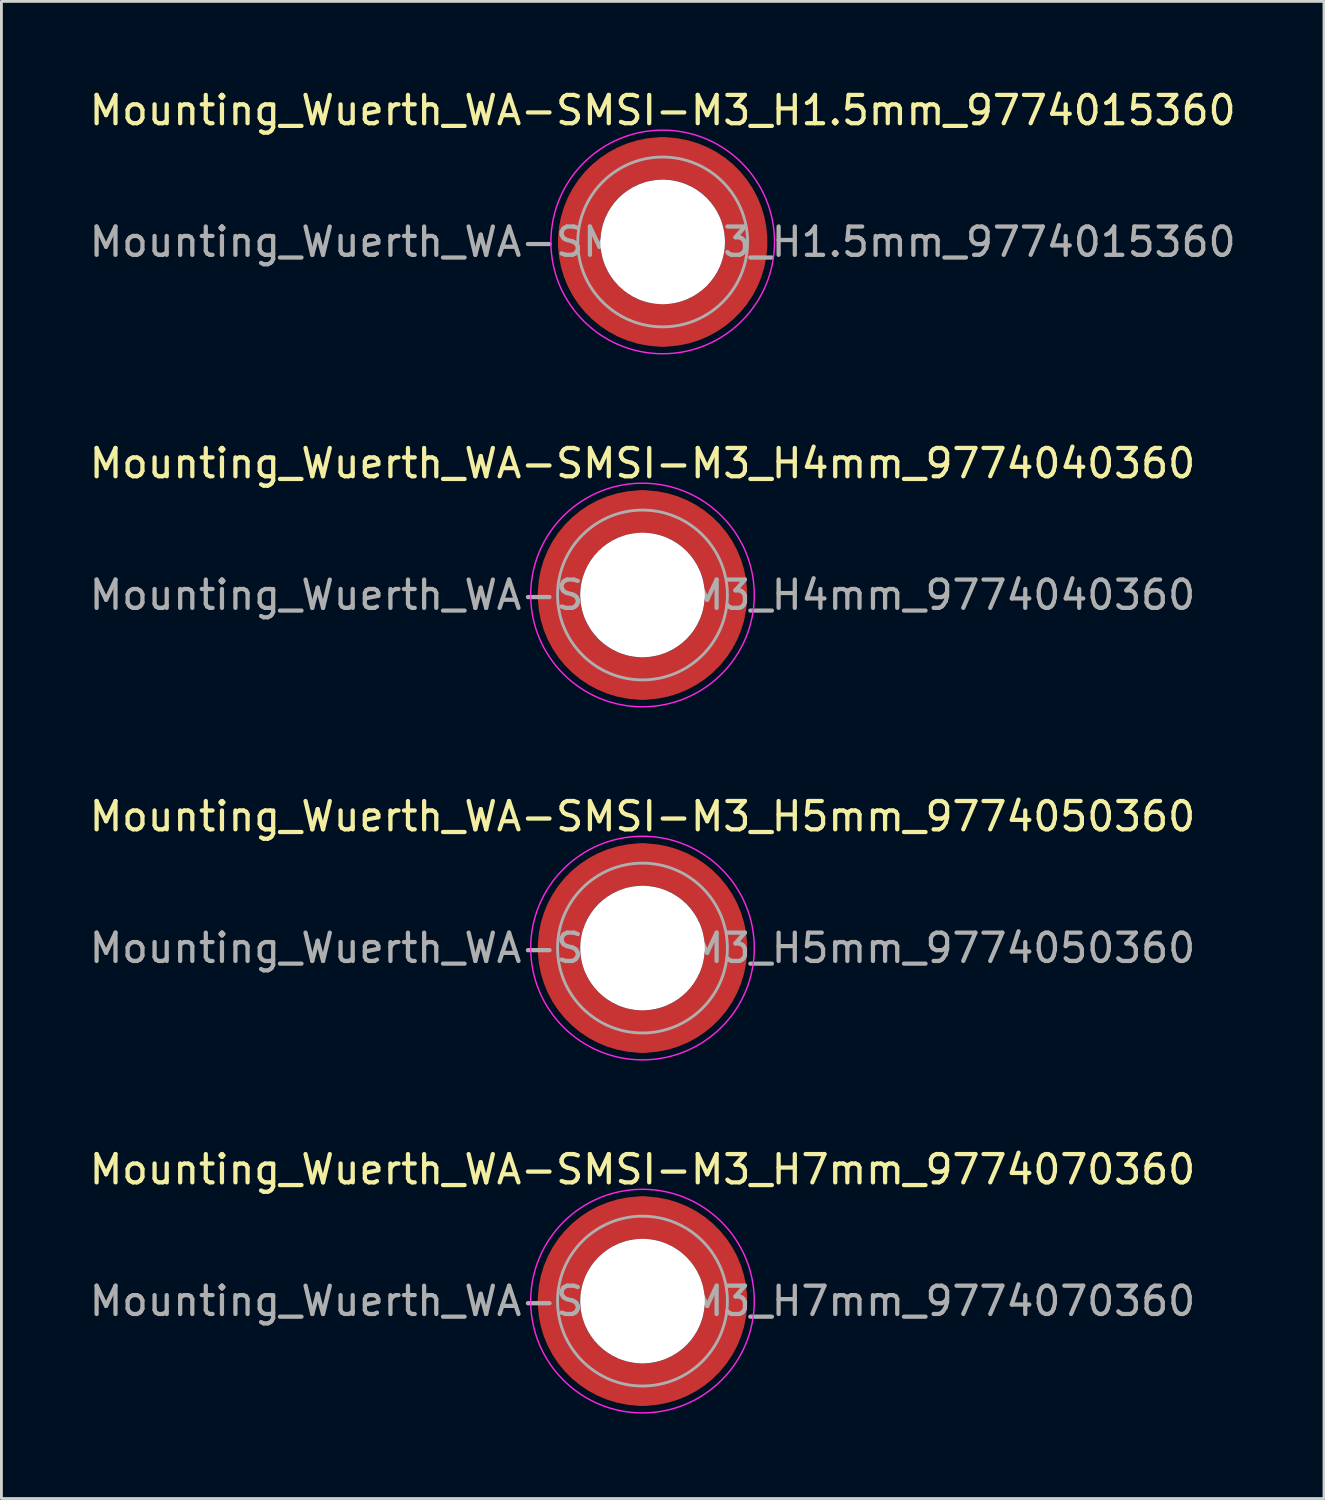
<source format=kicad_pcb>
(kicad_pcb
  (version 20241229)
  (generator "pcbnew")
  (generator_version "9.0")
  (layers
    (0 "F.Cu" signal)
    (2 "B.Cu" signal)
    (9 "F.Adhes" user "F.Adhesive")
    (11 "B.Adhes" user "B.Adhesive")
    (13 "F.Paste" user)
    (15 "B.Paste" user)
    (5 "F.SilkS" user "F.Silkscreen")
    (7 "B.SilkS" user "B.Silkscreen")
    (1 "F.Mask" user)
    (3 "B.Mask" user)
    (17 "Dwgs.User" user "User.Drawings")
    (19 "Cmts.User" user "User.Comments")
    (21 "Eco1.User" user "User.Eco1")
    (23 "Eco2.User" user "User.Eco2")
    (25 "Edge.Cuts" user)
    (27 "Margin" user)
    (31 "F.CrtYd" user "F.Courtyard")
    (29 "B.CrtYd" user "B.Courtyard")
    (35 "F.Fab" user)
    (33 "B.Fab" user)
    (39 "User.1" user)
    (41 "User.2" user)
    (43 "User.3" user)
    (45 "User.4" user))
  (footprint "Mounting_Wuerth_WA-SMSI-M3_H4mm_9774040360"
    (layer "F.Cu")
    (at 19.649 17.971)
    (property "Reference" "Mounting_Wuerth_WA-SMSI-M3_H4mm_9774040360" (at 0 -4.65 0) (layer "F.SilkS") (effects (font (size 1 1) (thickness 0.15))))
    (attr smd)
    (fp_circle (center 0 0) (end 3.95 0) (stroke (width 0.05) (type solid)) (fill no) (layer "F.CrtYd"))
    (fp_circle (center 0 0) (end 3 0) (stroke (width 0.1) (type solid)) (fill no) (layer "F.Fab"))
    (fp_text user "${REFERENCE}" (at 0 0 0) (layer "F.Fab") (effects (font (size 1 1) (thickness 0.15))))
    (pad "" smd custom (at -2.058 -2.058) (size 1.1 1.1) (layers "F.Paste") (options (anchor circle)) (primitives (gr_arc (start -0.524489 1.532681) (mid 0.194454 0.194454) (end 1.532681 -0.524489) (width 0.55)) (gr_arc (start -0.804569 1.532681) (mid 0 0) (end 1.532681 -0.804569) (width 0.55)) (gr_arc (start -1.083752 1.532681) (mid -0.194454 -0.194454) (end 1.532681 -1.083752) (width 0.55)) (gr_line (start 1.533 -0.524) (end 1.533 -1.084) (width 0.55)) (gr_line (start -0.524 1.533) (end -1.084 1.533) (width 0.55))))
    (pad "" smd custom (at -2.058 2.058) (size 1.1 1.1) (layers "F.Paste") (options (anchor circle)) (primitives (gr_arc (start 1.532681 0.524489) (mid 0.194454 -0.194454) (end -0.524489 -1.532681) (width 0.55)) (gr_arc (start 1.532681 0.804569) (mid 0 0) (end -0.804569 -1.532681) (width 0.55)) (gr_arc (start 1.532681 1.083752) (mid -0.194454 0.194454) (end -1.083752 -1.532681) (width 0.55)) (gr_line (start -0.524 -1.533) (end -1.084 -1.533) (width 0.55)) (gr_line (start 1.533 0.524) (end 1.533 1.084) (width 0.55))))
    (pad "" np_thru_hole circle (at 0 0) (size 4.4 4.4) (drill 4.4) (layers "*.Cu" "*.Mask"))
    (pad "" smd custom (at 2.058 -2.058) (size 1.1 1.1) (layers "F.Paste") (options (anchor circle)) (primitives (gr_arc (start -1.532681 -0.524489) (mid -0.194454 0.194454) (end 0.524489 1.532681) (width 0.55)) (gr_arc (start -1.532681 -0.804569) (mid 0 0) (end 0.804569 1.532681) (width 0.55)) (gr_arc (start -1.532681 -1.083752) (mid 0.194454 -0.194454) (end 1.083752 1.532681) (width 0.55)) (gr_line (start 0.524 1.533) (end 1.084 1.533) (width 0.55)) (gr_line (start -1.533 -0.524) (end -1.533 -1.084) (width 0.55))))
    (pad "" smd custom (at 2.058 2.058) (size 1.1 1.1) (layers "F.Paste") (options (anchor circle)) (primitives (gr_arc (start 0.524489 -1.532681) (mid -0.194454 -0.194454) (end -1.532681 0.524489) (width 0.55)) (gr_arc (start 0.804569 -1.532681) (mid 0 0) (end -1.532681 0.804569) (width 0.55)) (gr_arc (start 1.083752 -1.532681) (mid 0.194454 0.194454) (end -1.532681 1.083752) (width 0.55)) (gr_line (start -1.533 0.524) (end -1.533 1.084) (width 0.55)) (gr_line (start 0.524 -1.533) (end 1.084 -1.533) (width 0.55))))
    (pad "1" smd circle (at -2.95 0) (size 1.5 1.5) (layers "F.Cu"))
    (pad "1" smd circle (at 0 -2.95) (size 1.5 1.5) (layers "F.Cu"))
    (pad "1" smd circle (at 0 2.95) (size 1.5 1.5) (layers "F.Cu"))
    (pad "1" smd custom (at 2.95 0) (size 1.5 1.5) (layers "F.Cu" "F.Mask") (options (anchor circle)) (primitives (gr_circle (center -2.95 0) (end 0 0) (width 1.5) (fill no)))))
  (footprint "Mounting_Wuerth_WA-SMSI-M3_H5mm_9774050360"
    (layer "F.Cu")
    (at 19.649 30.445)
    (property "Reference" "Mounting_Wuerth_WA-SMSI-M3_H5mm_9774050360" (at 0 -4.65 0) (layer "F.SilkS") (effects (font (size 1 1) (thickness 0.15))))
    (attr smd)
    (fp_circle (center 0 0) (end 3.95 0) (stroke (width 0.05) (type solid)) (fill no) (layer "F.CrtYd"))
    (fp_circle (center 0 0) (end 3 0) (stroke (width 0.1) (type solid)) (fill no) (layer "F.Fab"))
    (fp_text user "${REFERENCE}" (at 0 0 0) (layer "F.Fab") (effects (font (size 1 1) (thickness 0.15))))
    (pad "" smd custom (at -2.058 -2.058) (size 1.1 1.1) (layers "F.Paste") (options (anchor circle)) (primitives (gr_arc (start -0.524489 1.532681) (mid 0.194454 0.194454) (end 1.532681 -0.524489) (width 0.55)) (gr_arc (start -0.804569 1.532681) (mid 0 0) (end 1.532681 -0.804569) (width 0.55)) (gr_arc (start -1.083752 1.532681) (mid -0.194454 -0.194454) (end 1.532681 -1.083752) (width 0.55)) (gr_line (start 1.533 -0.524) (end 1.533 -1.084) (width 0.55)) (gr_line (start -0.524 1.533) (end -1.084 1.533) (width 0.55))))
    (pad "" smd custom (at -2.058 2.058) (size 1.1 1.1) (layers "F.Paste") (options (anchor circle)) (primitives (gr_arc (start 1.532681 0.524489) (mid 0.194454 -0.194454) (end -0.524489 -1.532681) (width 0.55)) (gr_arc (start 1.532681 0.804569) (mid 0 0) (end -0.804569 -1.532681) (width 0.55)) (gr_arc (start 1.532681 1.083752) (mid -0.194454 0.194454) (end -1.083752 -1.532681) (width 0.55)) (gr_line (start -0.524 -1.533) (end -1.084 -1.533) (width 0.55)) (gr_line (start 1.533 0.524) (end 1.533 1.084) (width 0.55))))
    (pad "" np_thru_hole circle (at 0 0) (size 4.4 4.4) (drill 4.4) (layers "*.Cu" "*.Mask"))
    (pad "" smd custom (at 2.058 -2.058) (size 1.1 1.1) (layers "F.Paste") (options (anchor circle)) (primitives (gr_arc (start -1.532681 -0.524489) (mid -0.194454 0.194454) (end 0.524489 1.532681) (width 0.55)) (gr_arc (start -1.532681 -0.804569) (mid 0 0) (end 0.804569 1.532681) (width 0.55)) (gr_arc (start -1.532681 -1.083752) (mid 0.194454 -0.194454) (end 1.083752 1.532681) (width 0.55)) (gr_line (start 0.524 1.533) (end 1.084 1.533) (width 0.55)) (gr_line (start -1.533 -0.524) (end -1.533 -1.084) (width 0.55))))
    (pad "" smd custom (at 2.058 2.058) (size 1.1 1.1) (layers "F.Paste") (options (anchor circle)) (primitives (gr_arc (start 0.524489 -1.532681) (mid -0.194454 -0.194454) (end -1.532681 0.524489) (width 0.55)) (gr_arc (start 0.804569 -1.532681) (mid 0 0) (end -1.532681 0.804569) (width 0.55)) (gr_arc (start 1.083752 -1.532681) (mid 0.194454 0.194454) (end -1.532681 1.083752) (width 0.55)) (gr_line (start -1.533 0.524) (end -1.533 1.084) (width 0.55)) (gr_line (start 0.524 -1.533) (end 1.084 -1.533) (width 0.55))))
    (pad "1" smd circle (at -2.95 0) (size 1.5 1.5) (layers "F.Cu"))
    (pad "1" smd circle (at 0 -2.95) (size 1.5 1.5) (layers "F.Cu"))
    (pad "1" smd circle (at 0 2.95) (size 1.5 1.5) (layers "F.Cu"))
    (pad "1" smd custom (at 2.95 0) (size 1.5 1.5) (layers "F.Cu" "F.Mask") (options (anchor circle)) (primitives (gr_circle (center -2.95 0) (end 0 0) (width 1.5) (fill no)))))
  (footprint "Mounting_Wuerth_WA-SMSI-M3_H7mm_9774070360"
    (layer "F.Cu")
    (at 19.649 42.918)
    (property "Reference" "Mounting_Wuerth_WA-SMSI-M3_H7mm_9774070360" (at 0 -4.65 0) (layer "F.SilkS") (effects (font (size 1 1) (thickness 0.15))))
    (attr smd)
    (fp_circle (center 0 0) (end 3.95 0) (stroke (width 0.05) (type solid)) (fill no) (layer "F.CrtYd"))
    (fp_circle (center 0 0) (end 3 0) (stroke (width 0.1) (type solid)) (fill no) (layer "F.Fab"))
    (fp_text user "${REFERENCE}" (at 0 0 0) (layer "F.Fab") (effects (font (size 1 1) (thickness 0.15))))
    (pad "" smd custom (at -2.058 -2.058) (size 1.1 1.1) (layers "F.Paste") (options (anchor circle)) (primitives (gr_arc (start -0.524489 1.532681) (mid 0.194454 0.194454) (end 1.532681 -0.524489) (width 0.55)) (gr_arc (start -0.804569 1.532681) (mid 0 0) (end 1.532681 -0.804569) (width 0.55)) (gr_arc (start -1.083752 1.532681) (mid -0.194454 -0.194454) (end 1.532681 -1.083752) (width 0.55)) (gr_line (start 1.533 -0.524) (end 1.533 -1.084) (width 0.55)) (gr_line (start -0.524 1.533) (end -1.084 1.533) (width 0.55))))
    (pad "" smd custom (at -2.058 2.058) (size 1.1 1.1) (layers "F.Paste") (options (anchor circle)) (primitives (gr_arc (start 1.532681 0.524489) (mid 0.194454 -0.194454) (end -0.524489 -1.532681) (width 0.55)) (gr_arc (start 1.532681 0.804569) (mid 0 0) (end -0.804569 -1.532681) (width 0.55)) (gr_arc (start 1.532681 1.083752) (mid -0.194454 0.194454) (end -1.083752 -1.532681) (width 0.55)) (gr_line (start -0.524 -1.533) (end -1.084 -1.533) (width 0.55)) (gr_line (start 1.533 0.524) (end 1.533 1.084) (width 0.55))))
    (pad "" np_thru_hole circle (at 0 0) (size 4.4 4.4) (drill 4.4) (layers "*.Cu" "*.Mask"))
    (pad "" smd custom (at 2.058 -2.058) (size 1.1 1.1) (layers "F.Paste") (options (anchor circle)) (primitives (gr_arc (start -1.532681 -0.524489) (mid -0.194454 0.194454) (end 0.524489 1.532681) (width 0.55)) (gr_arc (start -1.532681 -0.804569) (mid 0 0) (end 0.804569 1.532681) (width 0.55)) (gr_arc (start -1.532681 -1.083752) (mid 0.194454 -0.194454) (end 1.083752 1.532681) (width 0.55)) (gr_line (start 0.524 1.533) (end 1.084 1.533) (width 0.55)) (gr_line (start -1.533 -0.524) (end -1.533 -1.084) (width 0.55))))
    (pad "" smd custom (at 2.058 2.058) (size 1.1 1.1) (layers "F.Paste") (options (anchor circle)) (primitives (gr_arc (start 0.524489 -1.532681) (mid -0.194454 -0.194454) (end -1.532681 0.524489) (width 0.55)) (gr_arc (start 0.804569 -1.532681) (mid 0 0) (end -1.532681 0.804569) (width 0.55)) (gr_arc (start 1.083752 -1.532681) (mid 0.194454 0.194454) (end -1.532681 1.083752) (width 0.55)) (gr_line (start -1.533 0.524) (end -1.533 1.084) (width 0.55)) (gr_line (start 0.524 -1.533) (end 1.084 -1.533) (width 0.55))))
    (pad "1" smd circle (at -2.95 0) (size 1.5 1.5) (layers "F.Cu"))
    (pad "1" smd circle (at 0 -2.95) (size 1.5 1.5) (layers "F.Cu"))
    (pad "1" smd circle (at 0 2.95) (size 1.5 1.5) (layers "F.Cu"))
    (pad "1" smd custom (at 2.95 0) (size 1.5 1.5) (layers "F.Cu" "F.Mask") (options (anchor circle)) (primitives (gr_circle (center -2.95 0) (end 0 0) (width 1.5) (fill no)))))
  (footprint "Mounting_Wuerth_WA-SMSI-M3_H1.5mm_9774015360"
    (layer "F.Cu")
    (at 20.363 5.498)
    (property "Reference" "Mounting_Wuerth_WA-SMSI-M3_H1.5mm_9774015360" (at 0 -4.65 0) (layer "F.SilkS") (effects (font (size 1 1) (thickness 0.15))))
    (attr smd)
    (fp_circle (center 0 0) (end 3.95 0) (stroke (width 0.05) (type solid)) (fill no) (layer "F.CrtYd"))
    (fp_circle (center 0 0) (end 3 0) (stroke (width 0.1) (type solid)) (fill no) (layer "F.Fab"))
    (fp_text user "${REFERENCE}" (at 0 0 0) (layer "F.Fab") (effects (font (size 1 1) (thickness 0.15))))
    (pad "" smd custom (at -2.058 -2.058) (size 1.1 1.1) (layers "F.Paste") (options (anchor circle)) (primitives (gr_arc (start -0.524489 1.532681) (mid 0.194454 0.194454) (end 1.532681 -0.524489) (width 0.55)) (gr_arc (start -0.804569 1.532681) (mid 0 0) (end 1.532681 -0.804569) (width 0.55)) (gr_arc (start -1.083752 1.532681) (mid -0.194454 -0.194454) (end 1.532681 -1.083752) (width 0.55)) (gr_line (start 1.533 -0.524) (end 1.533 -1.084) (width 0.55)) (gr_line (start -0.524 1.533) (end -1.084 1.533) (width 0.55))))
    (pad "" smd custom (at -2.058 2.058) (size 1.1 1.1) (layers "F.Paste") (options (anchor circle)) (primitives (gr_arc (start 1.532681 0.524489) (mid 0.194454 -0.194454) (end -0.524489 -1.532681) (width 0.55)) (gr_arc (start 1.532681 0.804569) (mid 0 0) (end -0.804569 -1.532681) (width 0.55)) (gr_arc (start 1.532681 1.083752) (mid -0.194454 0.194454) (end -1.083752 -1.532681) (width 0.55)) (gr_line (start -0.524 -1.533) (end -1.084 -1.533) (width 0.55)) (gr_line (start 1.533 0.524) (end 1.533 1.084) (width 0.55))))
    (pad "" np_thru_hole circle (at 0 0) (size 4.4 4.4) (drill 4.4) (layers "*.Cu" "*.Mask"))
    (pad "" smd custom (at 2.058 -2.058) (size 1.1 1.1) (layers "F.Paste") (options (anchor circle)) (primitives (gr_arc (start -1.532681 -0.524489) (mid -0.194454 0.194454) (end 0.524489 1.532681) (width 0.55)) (gr_arc (start -1.532681 -0.804569) (mid 0 0) (end 0.804569 1.532681) (width 0.55)) (gr_arc (start -1.532681 -1.083752) (mid 0.194454 -0.194454) (end 1.083752 1.532681) (width 0.55)) (gr_line (start 0.524 1.533) (end 1.084 1.533) (width 0.55)) (gr_line (start -1.533 -0.524) (end -1.533 -1.084) (width 0.55))))
    (pad "" smd custom (at 2.058 2.058) (size 1.1 1.1) (layers "F.Paste") (options (anchor circle)) (primitives (gr_arc (start 0.524489 -1.532681) (mid -0.194454 -0.194454) (end -1.532681 0.524489) (width 0.55)) (gr_arc (start 0.804569 -1.532681) (mid 0 0) (end -1.532681 0.804569) (width 0.55)) (gr_arc (start 1.083752 -1.532681) (mid 0.194454 0.194454) (end -1.532681 1.083752) (width 0.55)) (gr_line (start -1.533 0.524) (end -1.533 1.084) (width 0.55)) (gr_line (start 0.524 -1.533) (end 1.084 -1.533) (width 0.55))))
    (pad "1" smd circle (at -2.95 0) (size 1.5 1.5) (layers "F.Cu"))
    (pad "1" smd circle (at 0 -2.95) (size 1.5 1.5) (layers "F.Cu"))
    (pad "1" smd circle (at 0 2.95) (size 1.5 1.5) (layers "F.Cu"))
    (pad "1" smd custom (at 2.95 0) (size 1.5 1.5) (layers "F.Cu" "F.Mask") (options (anchor circle)) (primitives (gr_circle (center -2.95 0) (end 0 0) (width 1.5) (fill no)))))
  (gr_rect
    (start -3 -3)
    (end 43.726 49.893)
    (stroke (width 0.1) (type default))
    (fill no)
    (layer "Edge.Cuts")))
</source>
